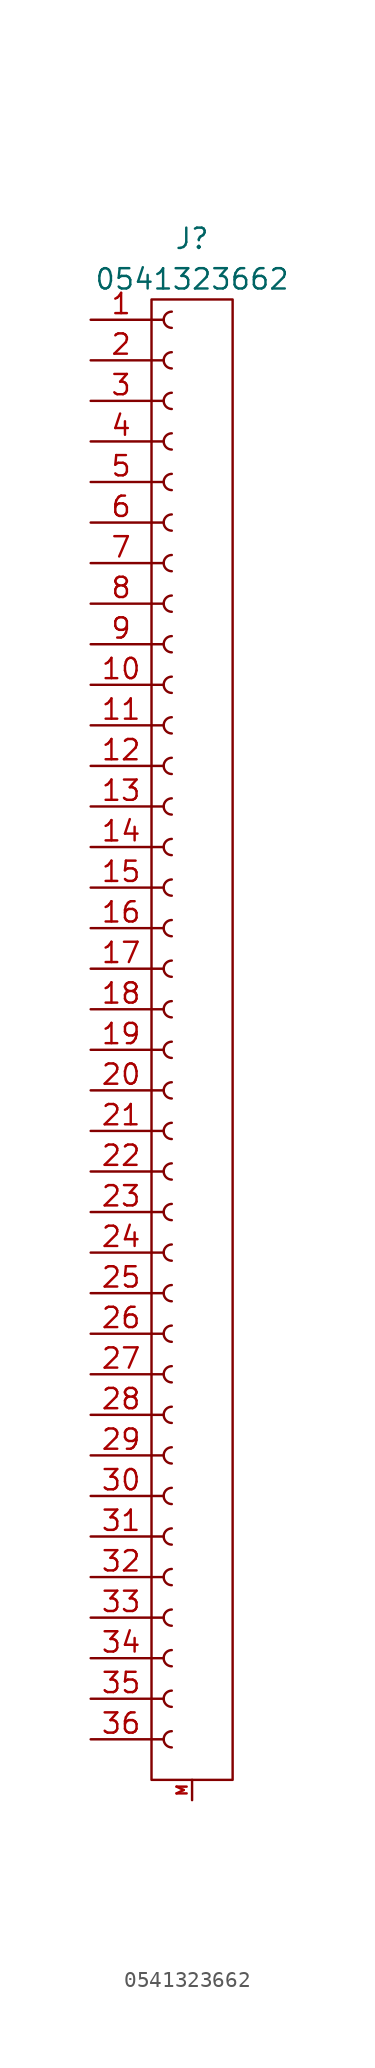
<source format=kicad_sym>
(kicad_symbol_lib
  (version 20220914)
  (generator kicad_symbol_editor)
  (symbol "0541323662"
    (pin_names
      (offset 1.016) hide)
    (property "Reference" "J"
      (at 1.27 48.26 0)
      (effects (font (size 1.27 1.27))))
    (property "Value" "0541323662"
      (at 1.27 45.72 0)
      (effects (font (size 1.27 1.27))))
    (symbol "0541323662_0_1"
      (rectangle (start -1.27 44.45) (end 3.81 -48.26) (stroke (width 0) (type default)) (fill (type none))))
    (symbol "0541323662_1_1"
      (arc (start 0 -45.212) (mid -0.5058 -45.72) (end 0 -46.228) (stroke (width 0.1524) (type default)) (fill (type none)))
      (arc (start 0 -42.672) (mid -0.5058 -43.18) (end 0 -43.688) (stroke (width 0.1524) (type default)) (fill (type none)))
      (arc (start 0 -40.132) (mid -0.5058 -40.64) (end 0 -41.148) (stroke (width 0.1524) (type default)) (fill (type none)))
      (arc (start 0 -37.592) (mid -0.5058 -38.1) (end 0 -38.608) (stroke (width 0.1524) (type default)) (fill (type none)))
      (arc (start 0 -35.052) (mid -0.5058 -35.56) (end 0 -36.068) (stroke (width 0.1524) (type default)) (fill (type none)))
      (arc (start 0 -32.512) (mid -0.5058 -33.02) (end 0 -33.528) (stroke (width 0.1524) (type default)) (fill (type none)))
      (arc (start 0 -29.972) (mid -0.5058 -30.48) (end 0 -30.988) (stroke (width 0.1524) (type default)) (fill (type none)))
      (arc (start 0 -27.432) (mid -0.5058 -27.94) (end 0 -28.448) (stroke (width 0.1524) (type default)) (fill (type none)))
      (arc (start 0 -24.892) (mid -0.5058 -25.4) (end 0 -25.908) (stroke (width 0.1524) (type default)) (fill (type none)))
      (arc (start 0 -22.352) (mid -0.5058 -22.86) (end 0 -23.368) (stroke (width 0.1524) (type default)) (fill (type none)))
      (arc (start 0 -19.812) (mid -0.5058 -20.32) (end 0 -20.828) (stroke (width 0.1524) (type default)) (fill (type none)))
      (arc (start 0 -17.272) (mid -0.5058 -17.78) (end 0 -18.288) (stroke (width 0.1524) (type default)) (fill (type none)))
      (arc (start 0 -14.732) (mid -0.5058 -15.24) (end 0 -15.748) (stroke (width 0.1524) (type default)) (fill (type none)))
      (arc (start 0 -12.192) (mid -0.5058 -12.7) (end 0 -13.208) (stroke (width 0.1524) (type default)) (fill (type none)))
      (arc (start 0 -9.652) (mid -0.5058 -10.16) (end 0 -10.668) (stroke (width 0.1524) (type default)) (fill (type none)))
      (arc (start 0 -7.112) (mid -0.5058 -7.62) (end 0 -8.128) (stroke (width 0.1524) (type default)) (fill (type none)))
      (arc (start 0 -4.572) (mid -0.5058 -5.08) (end 0 -5.588) (stroke (width 0.1524) (type default)) (fill (type none)))
      (arc (start 0 -2.032) (mid -0.5058 -2.54) (end 0 -3.048) (stroke (width 0.1524) (type default)) (fill (type none)))
      (polyline (pts (xy -1.27 -45.72) (xy -0.508 -45.72)) (stroke (width 0.152) (type default)) (fill (type none)))
      (polyline (pts (xy -1.27 -43.18) (xy -0.508 -43.18)) (stroke (width 0.152) (type default)) (fill (type none)))
      (polyline (pts (xy -1.27 -40.64) (xy -0.508 -40.64)) (stroke (width 0.152) (type default)) (fill (type none)))
      (polyline (pts (xy -1.27 -38.1) (xy -0.508 -38.1)) (stroke (width 0.152) (type default)) (fill (type none)))
      (polyline (pts (xy -1.27 -35.56) (xy -0.508 -35.56)) (stroke (width 0.152) (type default)) (fill (type none)))
      (polyline (pts (xy -1.27 -33.02) (xy -0.508 -33.02)) (stroke (width 0.152) (type default)) (fill (type none)))
      (polyline (pts (xy -1.27 -30.48) (xy -0.508 -30.48)) (stroke (width 0.152) (type default)) (fill (type none)))
      (polyline (pts (xy -1.27 -27.94) (xy -0.508 -27.94)) (stroke (width 0.152) (type default)) (fill (type none)))
      (polyline (pts (xy -1.27 -25.4) (xy -0.508 -25.4)) (stroke (width 0.152) (type default)) (fill (type none)))
      (polyline (pts (xy -1.27 -22.86) (xy -0.508 -22.86)) (stroke (width 0.152) (type default)) (fill (type none)))
      (polyline (pts (xy -1.27 -20.32) (xy -0.508 -20.32)) (stroke (width 0.152) (type default)) (fill (type none)))
      (polyline (pts (xy -1.27 -17.78) (xy -0.508 -17.78)) (stroke (width 0.152) (type default)) (fill (type none)))
      (polyline (pts (xy -1.27 -15.24) (xy -0.508 -15.24)) (stroke (width 0.152) (type default)) (fill (type none)))
      (polyline (pts (xy -1.27 -12.7) (xy -0.508 -12.7)) (stroke (width 0.152) (type default)) (fill (type none)))
      (polyline (pts (xy -1.27 -10.16) (xy -0.508 -10.16)) (stroke (width 0.152) (type default)) (fill (type none)))
      (polyline (pts (xy -1.27 -7.62) (xy -0.508 -7.62)) (stroke (width 0.152) (type default)) (fill (type none)))
      (polyline (pts (xy -1.27 -5.08) (xy -0.508 -5.08)) (stroke (width 0.152) (type default)) (fill (type none)))
      (polyline (pts (xy -1.27 -2.54) (xy -0.508 -2.54)) (stroke (width 0.152) (type default)) (fill (type none)))
      (polyline (pts (xy -1.27 0) (xy -0.508 0)) (stroke (width 0.152) (type default)) (fill (type none)))
      (polyline (pts (xy -1.27 2.54) (xy -0.508 2.54)) (stroke (width 0.152) (type default)) (fill (type none)))
      (polyline (pts (xy -1.27 5.08) (xy -0.508 5.08)) (stroke (width 0.152) (type default)) (fill (type none)))
      (polyline (pts (xy -1.27 7.62) (xy -0.508 7.62)) (stroke (width 0.152) (type default)) (fill (type none)))
      (polyline (pts (xy -1.27 10.16) (xy -0.508 10.16)) (stroke (width 0.152) (type default)) (fill (type none)))
      (polyline (pts (xy -1.27 12.7) (xy -0.508 12.7)) (stroke (width 0.152) (type default)) (fill (type none)))
      (polyline (pts (xy -1.27 15.24) (xy -0.508 15.24)) (stroke (width 0.152) (type default)) (fill (type none)))
      (polyline (pts (xy -1.27 17.78) (xy -0.508 17.78)) (stroke (width 0.152) (type default)) (fill (type none)))
      (polyline (pts (xy -1.27 20.32) (xy -0.508 20.32)) (stroke (width 0.152) (type default)) (fill (type none)))
      (polyline (pts (xy -1.27 22.86) (xy -0.508 22.86)) (stroke (width 0.152) (type default)) (fill (type none)))
      (polyline (pts (xy -1.27 25.4) (xy -0.508 25.4)) (stroke (width 0.152) (type default)) (fill (type none)))
      (polyline (pts (xy -1.27 27.94) (xy -0.508 27.94)) (stroke (width 0.152) (type default)) (fill (type none)))
      (polyline (pts (xy -1.27 30.48) (xy -0.508 30.48)) (stroke (width 0.152) (type default)) (fill (type none)))
      (polyline (pts (xy -1.27 33.02) (xy -0.508 33.02)) (stroke (width 0.152) (type default)) (fill (type none)))
      (polyline (pts (xy -1.27 35.56) (xy -0.508 35.56)) (stroke (width 0.152) (type default)) (fill (type none)))
      (polyline (pts (xy -1.27 38.1) (xy -0.508 38.1)) (stroke (width 0.152) (type default)) (fill (type none)))
      (polyline (pts (xy -1.27 40.64) (xy -0.508 40.64)) (stroke (width 0.152) (type default)) (fill (type none)))
      (polyline (pts (xy -1.27 43.18) (xy -0.508 43.18)) (stroke (width 0.152) (type default)) (fill (type none)))
      (arc (start 0 0.508) (mid -0.5058 0) (end 0 -0.508) (stroke (width 0.1524) (type default)) (fill (type none)))
      (arc (start 0 3.048) (mid -0.5058 2.54) (end 0 2.032) (stroke (width 0.1524) (type default)) (fill (type none)))
      (arc (start 0 5.588) (mid -0.5058 5.08) (end 0 4.572) (stroke (width 0.1524) (type default)) (fill (type none)))
      (arc (start 0 8.128) (mid -0.5058 7.62) (end 0 7.112) (stroke (width 0.1524) (type default)) (fill (type none)))
      (arc (start 0 10.668) (mid -0.5058 10.16) (end 0 9.652) (stroke (width 0.1524) (type default)) (fill (type none)))
      (arc (start 0 13.208) (mid -0.5058 12.7) (end 0 12.192) (stroke (width 0.1524) (type default)) (fill (type none)))
      (arc (start 0 15.748) (mid -0.5058 15.24) (end 0 14.732) (stroke (width 0.1524) (type default)) (fill (type none)))
      (arc (start 0 18.288) (mid -0.5058 17.78) (end 0 17.272) (stroke (width 0.1524) (type default)) (fill (type none)))
      (arc (start 0 20.828) (mid -0.5058 20.32) (end 0 19.812) (stroke (width 0.1524) (type default)) (fill (type none)))
      (arc (start 0 23.368) (mid -0.5058 22.86) (end 0 22.352) (stroke (width 0.1524) (type default)) (fill (type none)))
      (arc (start 0 25.908) (mid -0.5058 25.4) (end 0 24.892) (stroke (width 0.1524) (type default)) (fill (type none)))
      (arc (start 0 28.448) (mid -0.5058 27.94) (end 0 27.432) (stroke (width 0.1524) (type default)) (fill (type none)))
      (arc (start 0 30.988) (mid -0.5058 30.48) (end 0 29.972) (stroke (width 0.1524) (type default)) (fill (type none)))
      (arc (start 0 33.528) (mid -0.5058 33.02) (end 0 32.512) (stroke (width 0.1524) (type default)) (fill (type none)))
      (arc (start 0 36.068) (mid -0.5058 35.56) (end 0 35.052) (stroke (width 0.1524) (type default)) (fill (type none)))
      (arc (start 0 38.608) (mid -0.5058 38.1) (end 0 37.592) (stroke (width 0.1524) (type default)) (fill (type none)))
      (arc (start 0 41.148) (mid -0.5058 40.64) (end 0 40.132) (stroke (width 0.1524) (type default)) (fill (type none)))
      (arc (start 0 43.688) (mid -0.5058 43.18) (end 0 42.672) (stroke (width 0.1524) (type default)) (fill (type none)))
      (pin passive line (at -5.08 43.18 0) (length 3.81) (name "Pin_1" (effects (font (size 1.27 1.27)))) (number "1" (effects (font (size 1.27 1.27)))))
      (pin passive line (at -5.08 20.32 0) (length 3.81) (name "Pin_10" (effects (font (size 1.27 1.27)))) (number "10" (effects (font (size 1.27 1.27)))))
      (pin passive line (at -5.08 17.78 0) (length 3.81) (name "Pin_11" (effects (font (size 1.27 1.27)))) (number "11" (effects (font (size 1.27 1.27)))))
      (pin passive line (at -5.08 15.24 0) (length 3.81) (name "Pin_12" (effects (font (size 1.27 1.27)))) (number "12" (effects (font (size 1.27 1.27)))))
      (pin passive line (at -5.08 12.7 0) (length 3.81) (name "Pin_13" (effects (font (size 1.27 1.27)))) (number "13" (effects (font (size 1.27 1.27)))))
      (pin passive line (at -5.08 10.16 0) (length 3.81) (name "Pin_14" (effects (font (size 1.27 1.27)))) (number "14" (effects (font (size 1.27 1.27)))))
      (pin passive line (at -5.08 7.62 0) (length 3.81) (name "Pin_15" (effects (font (size 1.27 1.27)))) (number "15" (effects (font (size 1.27 1.27)))))
      (pin passive line (at -5.08 5.08 0) (length 3.81) (name "Pin_16" (effects (font (size 1.27 1.27)))) (number "16" (effects (font (size 1.27 1.27)))))
      (pin passive line (at -5.08 2.54 0) (length 3.81) (name "Pin_17" (effects (font (size 1.27 1.27)))) (number "17" (effects (font (size 1.27 1.27)))))
      (pin passive line (at -5.08 0 0) (length 3.81) (name "Pin_18" (effects (font (size 1.27 1.27)))) (number "18" (effects (font (size 1.27 1.27)))))
      (pin passive line (at -5.08 -2.54 0) (length 3.81) (name "Pin_19" (effects (font (size 1.27 1.27)))) (number "19" (effects (font (size 1.27 1.27)))))
      (pin passive line (at -5.08 40.64 0) (length 3.81) (name "Pin_2" (effects (font (size 1.27 1.27)))) (number "2" (effects (font (size 1.27 1.27)))))
      (pin passive line (at -5.08 -5.08 0) (length 3.81) (name "Pin_20" (effects (font (size 1.27 1.27)))) (number "20" (effects (font (size 1.27 1.27)))))
      (pin passive line (at -5.08 -7.62 0) (length 3.81) (name "Pin_21" (effects (font (size 1.27 1.27)))) (number "21" (effects (font (size 1.27 1.27)))))
      (pin passive line (at -5.08 -10.16 0) (length 3.81) (name "Pin_22" (effects (font (size 1.27 1.27)))) (number "22" (effects (font (size 1.27 1.27)))))
      (pin passive line (at -5.08 -12.7 0) (length 3.81) (name "Pin_23" (effects (font (size 1.27 1.27)))) (number "23" (effects (font (size 1.27 1.27)))))
      (pin passive line (at -5.08 -15.24 0) (length 3.81) (name "Pin_24" (effects (font (size 1.27 1.27)))) (number "24" (effects (font (size 1.27 1.27)))))
      (pin passive line (at -5.08 -17.78 0) (length 3.81) (name "Pin_25" (effects (font (size 1.27 1.27)))) (number "25" (effects (font (size 1.27 1.27)))))
      (pin passive line (at -5.08 -20.32 0) (length 3.81) (name "Pin_26" (effects (font (size 1.27 1.27)))) (number "26" (effects (font (size 1.27 1.27)))))
      (pin passive line (at -5.08 -22.86 0) (length 3.81) (name "Pin_27" (effects (font (size 1.27 1.27)))) (number "27" (effects (font (size 1.27 1.27)))))
      (pin passive line (at -5.08 -25.4 0) (length 3.81) (name "Pin_28" (effects (font (size 1.27 1.27)))) (number "28" (effects (font (size 1.27 1.27)))))
      (pin passive line (at -5.08 -27.94 0) (length 3.81) (name "Pin_29" (effects (font (size 1.27 1.27)))) (number "29" (effects (font (size 1.27 1.27)))))
      (pin passive line (at -5.08 38.1 0) (length 3.81) (name "Pin_3" (effects (font (size 1.27 1.27)))) (number "3" (effects (font (size 1.27 1.27)))))
      (pin passive line (at -5.08 -30.48 0) (length 3.81) (name "Pin_30" (effects (font (size 1.27 1.27)))) (number "30" (effects (font (size 1.27 1.27)))))
      (pin passive line (at -5.08 -33.02 0) (length 3.81) (name "Pin_31" (effects (font (size 1.27 1.27)))) (number "31" (effects (font (size 1.27 1.27)))))
      (pin passive line (at -5.08 -35.56 0) (length 3.81) (name "Pin_32" (effects (font (size 1.27 1.27)))) (number "32" (effects (font (size 1.27 1.27)))))
      (pin passive line (at -5.08 -38.1 0) (length 3.81) (name "Pin_33" (effects (font (size 1.27 1.27)))) (number "33" (effects (font (size 1.27 1.27)))))
      (pin passive line (at -5.08 -40.64 0) (length 3.81) (name "Pin_34" (effects (font (size 1.27 1.27)))) (number "34" (effects (font (size 1.27 1.27)))))
      (pin passive line (at -5.08 -43.18 0) (length 3.81) (name "Pin_35" (effects (font (size 1.27 1.27)))) (number "35" (effects (font (size 1.27 1.27)))))
      (pin passive line (at -5.08 -45.72 0) (length 3.81) (name "Pin_36" (effects (font (size 1.27 1.27)))) (number "36" (effects (font (size 1.27 1.27)))))
      (pin passive line (at -5.08 35.56 0) (length 3.81) (name "Pin_4" (effects (font (size 1.27 1.27)))) (number "4" (effects (font (size 1.27 1.27)))))
      (pin passive line (at -5.08 33.02 0) (length 3.81) (name "Pin_5" (effects (font (size 1.27 1.27)))) (number "5" (effects (font (size 1.27 1.27)))))
      (pin passive line (at -5.08 30.48 0) (length 3.81) (name "Pin_6" (effects (font (size 1.27 1.27)))) (number "6" (effects (font (size 1.27 1.27)))))
      (pin passive line (at -5.08 27.94 0) (length 3.81) (name "Pin_7" (effects (font (size 1.27 1.27)))) (number "7" (effects (font (size 1.27 1.27)))))
      (pin passive line (at -5.08 25.4 0) (length 3.81) (name "Pin_8" (effects (font (size 1.27 1.27)))) (number "8" (effects (font (size 1.27 1.27)))))
      (pin passive line (at -5.08 22.86 0) (length 3.81) (name "Pin_9" (effects (font (size 1.27 1.27)))) (number "9" (effects (font (size 1.27 1.27)))))
      (pin passive line (at 1.27 -49.53 90) (length 1.27) (name "MNT" (effects (font (size 0.635 0.635)))) (number "M" (effects (font (size 0.635 0.635))))))))
</source>
